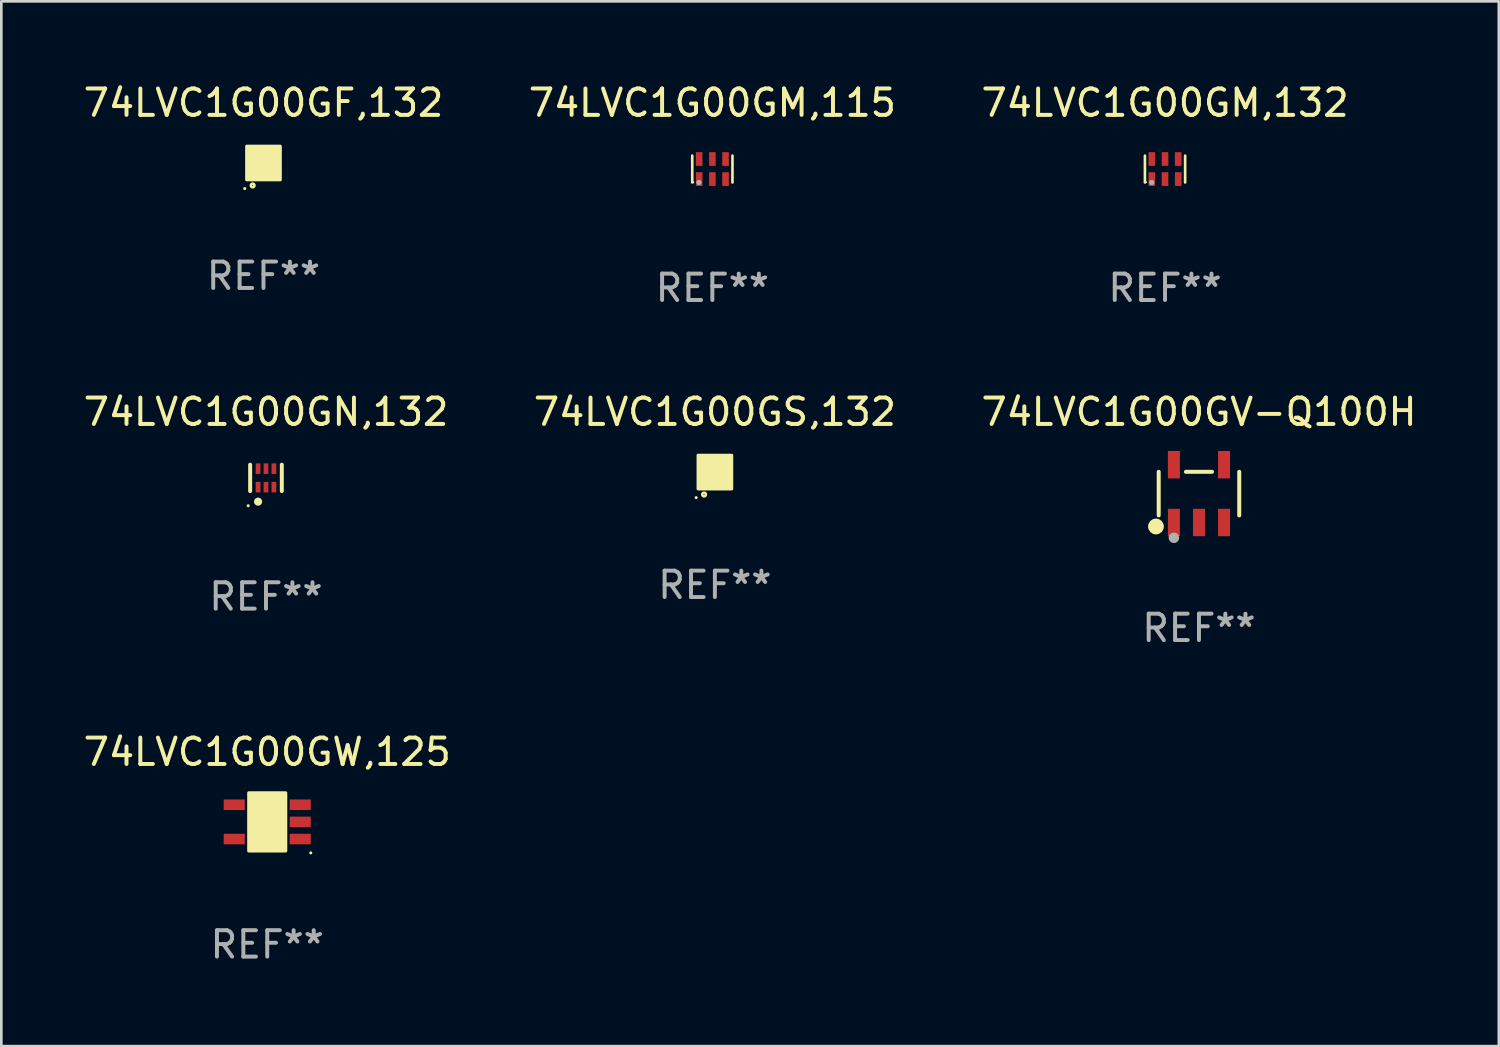
<source format=kicad_pcb>
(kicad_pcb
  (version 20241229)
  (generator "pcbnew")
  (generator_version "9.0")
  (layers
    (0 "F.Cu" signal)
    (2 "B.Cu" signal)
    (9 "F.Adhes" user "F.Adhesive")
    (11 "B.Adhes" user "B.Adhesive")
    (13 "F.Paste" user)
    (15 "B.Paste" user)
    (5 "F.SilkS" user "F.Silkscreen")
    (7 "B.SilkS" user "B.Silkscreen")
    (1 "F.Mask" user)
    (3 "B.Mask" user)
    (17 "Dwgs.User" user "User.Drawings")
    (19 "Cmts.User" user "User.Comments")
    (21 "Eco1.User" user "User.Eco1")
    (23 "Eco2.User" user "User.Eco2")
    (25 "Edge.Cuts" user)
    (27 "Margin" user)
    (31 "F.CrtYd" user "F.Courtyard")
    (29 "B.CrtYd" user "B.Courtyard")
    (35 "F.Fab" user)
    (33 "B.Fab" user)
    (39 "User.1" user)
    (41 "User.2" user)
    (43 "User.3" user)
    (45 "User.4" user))
  (footprint "74LVC1G00GM,132"
    (layer "F.Cu")
    (at 41.101 3.356)
    (property "Reference" "74LVC1G00GM,132" (at 0 -2.508 0) (layer "F.SilkS") (effects (font (size 1 1) (thickness 0.15))))
    (attr through_hole)
    (fp_line (start -0.762 -0.508) (end -0.762 0.508) (stroke (width 0.1) (type solid)) (layer "F.SilkS"))
    (fp_line (start 0.762 -0.508) (end 0.762 0.508) (stroke (width 0.1) (type solid)) (layer "F.SilkS"))
    (fp_circle (center -0.725 0.5) (end -0.705 0.5) (stroke (width 0.04) (type solid)) (fill no) (layer "F.SilkS"))
    (fp_circle (center -0.508 0.508) (end -0.458 0.508) (stroke (width 0.1) (type solid)) (fill no) (layer "F.Fab"))
    (fp_text user "REF**" (at 0 4.508 0) (layer "F.Fab") (effects (font (size 1 1) (thickness 0.15))))
    (pad "1" smd rect (at -0.5 0.38) (size 0.25 0.52) (layers "F.Cu" "F.Mask" "F.Paste"))
    (pad "2" smd rect (at -0.000127 0.38) (size 0.25 0.52) (layers "F.Cu" "F.Mask" "F.Paste"))
    (pad "3" smd rect (at 0.5 0.38) (size 0.25 0.52) (layers "F.Cu" "F.Mask" "F.Paste"))
    (pad "4" smd rect (at 0.5 -0.38 180) (size 0.25 0.52) (layers "F.Cu" "F.Mask" "F.Paste"))
    (pad "5" smd rect (at -0.000127 -0.38 180) (size 0.25 0.52) (layers "F.Cu" "F.Mask" "F.Paste"))
    (pad "6" smd rect (at -0.5 -0.38 180) (size 0.25 0.52) (layers "F.Cu" "F.Mask" "F.Paste")))
  (footprint "74LVC1G00GW,125"
    (layer "F.Cu")
    (at 7.077 28.097)
    (property "Reference" "74LVC1G00GW,125" (at 0 -2.65 0) (layer "F.SilkS") (effects (font (size 1 1) (thickness 0.15))))
    (attr through_hole)
    (fp_arc (start 0.381001 0.637541) (mid 0.380995 0.636271) (end 0.381001 0.635001) (stroke (width 0.24892) (type solid)) (layer "F.SilkS"))
    (fp_circle (center 1.65 1.175) (end 1.68 1.175) (stroke (width 0.06) (type solid)) (fill no) (layer "F.SilkS"))
    (fp_poly (pts (xy -0.7 -1.1) (xy 0.7 -1.1) (xy 0.7 1.1) (xy -0.7 1.1)) (stroke (width 0.12) (type solid)) (fill yes) (layer "F.SilkS"))
    (fp_text user "REF**" (at 0 4.65 0) (layer "F.Fab") (effects (font (size 1 1) (thickness 0.15))))
    (pad "1" smd rect (at 1.25 0.65 270) (size 0.4 0.8) (layers "F.Cu" "F.Mask" "F.Paste"))
    (pad "2" smd rect (at 1.25 0 270) (size 0.4 0.8) (layers "F.Cu" "F.Mask" "F.Paste"))
    (pad "3" smd rect (at 1.25 -0.65 270) (size 0.4 0.8) (layers "F.Cu" "F.Mask" "F.Paste"))
    (pad "4" smd rect (at -1.25 -0.65 270) (size 0.4 0.8) (layers "F.Cu" "F.Mask" "F.Paste"))
    (pad "5" smd rect (at -1.25 0.65 270) (size 0.4 0.8) (layers "F.Cu" "F.Mask" "F.Paste")))
  (footprint "74LVC1G00GS,132"
    (layer "F.Cu")
    (at 24.042 14.841)
    (property "Reference" "74LVC1G00GS,132" (at 0 -2.28 0) (layer "F.SilkS") (effects (font (size 1 1) (thickness 0.15))))
    (attr through_hole)
    (fp_circle (center -0.71 0.968) (end -0.68 0.968) (stroke (width 0.06) (type solid)) (fill no) (layer "F.SilkS"))
    (fp_circle (center -0.41 0.85) (end -0.342 0.85) (stroke (width 0.1) (type solid)) (fill no) (layer "F.SilkS"))
    (fp_poly (pts (xy -0.635 -0.635) (xy 0.635 -0.635) (xy 0.635 0.635) (xy -0.635 0.635)) (stroke (width 0.12) (type solid)) (fill yes) (layer "F.SilkS"))
    (fp_text user "REF**" (at 0 4.28 0) (layer "F.Fab") (effects (font (size 1 1) (thickness 0.15))))
    (pad "1" smd rect (at -0.35 0.28 90) (size 0.35 0.2) (layers "F.Cu" "F.Mask" "F.Paste"))
    (pad "2" smd rect (at 0 0.28 90) (size 0.35 0.2) (layers "F.Cu" "F.Mask" "F.Paste"))
    (pad "3" smd rect (at 0.35 0.28 90) (size 0.35 0.2) (layers "F.Cu" "F.Mask" "F.Paste"))
    (pad "4" smd rect (at 0.35 -0.28 90) (size 0.35 0.2) (layers "F.Cu" "F.Mask" "F.Paste"))
    (pad "5" smd rect (at 0 -0.28 90) (size 0.35 0.2) (layers "F.Cu" "F.Mask" "F.Paste"))
    (pad "6" smd rect (at -0.35 -0.28 90) (size 0.35 0.2) (layers "F.Cu" "F.Mask" "F.Paste")))
  (footprint "74LVC1G00GN,132"
    (layer "F.Cu")
    (at 7.03 15.061)
    (property "Reference" "74LVC1G00GN,132" (at 0 -2.5 0) (layer "F.SilkS") (effects (font (size 1 1) (thickness 0.15))))
    (attr through_hole)
    (fp_line (start -0.6 -0.5) (end -0.6 0.5) (stroke (width 0.15) (type solid)) (layer "F.SilkS"))
    (fp_line (start 0.6 0.5) (end 0.6 -0.5) (stroke (width 0.15) (type solid)) (layer "F.SilkS"))
    (fp_circle (center -0.675 1.055) (end -0.645 1.055) (stroke (width 0.06) (type solid)) (fill no) (layer "F.SilkS"))
    (fp_circle (center -0.3 0.9) (end -0.22 0.9) (stroke (width 0.15) (type solid)) (fill no) (layer "F.SilkS"))
    (fp_text user "REF**" (at 0 4.5 0) (layer "F.Fab") (effects (font (size 1 1) (thickness 0.15))))
    (pad "1" smd rect (at -0.3 0.35) (size 0.18 0.4) (layers "F.Cu" "F.Mask" "F.Paste"))
    (pad "2" smd rect (at 0.000025 0.35) (size 0.18 0.4) (layers "F.Cu" "F.Mask" "F.Paste"))
    (pad "3" smd rect (at 0.3 0.35) (size 0.18 0.4) (layers "F.Cu" "F.Mask" "F.Paste"))
    (pad "4" smd rect (at 0.3 -0.35) (size 0.18 0.4) (layers "F.Cu" "F.Mask" "F.Paste"))
    (pad "5" smd rect (at 0.000025 -0.35) (size 0.18 0.4) (layers "F.Cu" "F.Mask" "F.Paste"))
    (pad "6" smd rect (at -0.3 -0.35) (size 0.18 0.4) (layers "F.Cu" "F.Mask" "F.Paste")))
  (footprint "74LVC1G00GV-Q100H"
    (layer "F.Cu")
    (at 42.387 15.656)
    (property "Reference" "74LVC1G00GV-Q100H" (at 0 -3.095 0) (layer "F.SilkS") (effects (font (size 1 1) (thickness 0.15))))
    (attr through_hole)
    (fp_line (start -1.526 0.826) (end -1.526 -0.826) (stroke (width 0.152) (type solid)) (layer "F.SilkS"))
    (fp_line (start 0.494 -0.826) (end -0.494 -0.826) (stroke (width 0.152) (type solid)) (layer "F.SilkS"))
    (fp_line (start 1.526 0.826) (end 1.526 -0.826) (stroke (width 0.152) (type solid)) (layer "F.SilkS"))
    (fp_circle (center -1.63 1.247) (end -1.48 1.247) (stroke (width 0.3) (type solid)) (fill no) (layer "F.SilkS"))
    (fp_circle (center -1.45 1.375) (end -1.42 1.375) (stroke (width 0.06) (type solid)) (fill no) (layer "F.SilkS"))
    (fp_circle (center -0.95 1.675) (end -0.85 1.675) (stroke (width 0.2) (type solid)) (fill no) (layer "F.Fab"))
    (fp_text user "REF**" (at 0 5.095 0) (layer "F.Fab") (effects (font (size 1 1) (thickness 0.15))))
    (pad "1" smd rect (at -0.95 1.095) (size 0.455 1.04) (layers "F.Cu" "F.Mask" "F.Paste"))
    (pad "2" smd rect (at 0 1.095) (size 0.455 1.04) (layers "F.Cu" "F.Mask" "F.Paste"))
    (pad "3" smd rect (at 0.95 1.095) (size 0.455 1.04) (layers "F.Cu" "F.Mask" "F.Paste"))
    (pad "4" smd rect (at 0.95 -1.095) (size 0.455 1.04) (layers "F.Cu" "F.Mask" "F.Paste"))
    (pad "5" smd rect (at -0.95 -1.095) (size 0.455 1.04) (layers "F.Cu" "F.Mask" "F.Paste")))
  (footprint "74LVC1G00GM,115"
    (layer "F.Cu")
    (at 23.946 3.356)
    (property "Reference" "74LVC1G00GM,115" (at 0 -2.508 0) (layer "F.SilkS") (effects (font (size 1 1) (thickness 0.15))))
    (attr through_hole)
    (fp_line (start -0.762 -0.508) (end -0.762 0.508) (stroke (width 0.1) (type solid)) (layer "F.SilkS"))
    (fp_line (start 0.762 -0.508) (end 0.762 0.508) (stroke (width 0.1) (type solid)) (layer "F.SilkS"))
    (fp_circle (center -0.725 0.5) (end -0.705 0.5) (stroke (width 0.04) (type solid)) (fill no) (layer "F.SilkS"))
    (fp_circle (center -0.508 0.508) (end -0.458 0.508) (stroke (width 0.1) (type solid)) (fill no) (layer "F.Fab"))
    (fp_text user "REF**" (at 0 4.508 0) (layer "F.Fab") (effects (font (size 1 1) (thickness 0.15))))
    (pad "1" smd rect (at -0.5 0.38) (size 0.25 0.52) (layers "F.Cu" "F.Mask" "F.Paste"))
    (pad "2" smd rect (at -0.000127 0.38) (size 0.25 0.52) (layers "F.Cu" "F.Mask" "F.Paste"))
    (pad "3" smd rect (at 0.5 0.38) (size 0.25 0.52) (layers "F.Cu" "F.Mask" "F.Paste"))
    (pad "4" smd rect (at 0.5 -0.38 180) (size 0.25 0.52) (layers "F.Cu" "F.Mask" "F.Paste"))
    (pad "5" smd rect (at -0.000127 -0.38 180) (size 0.25 0.52) (layers "F.Cu" "F.Mask" "F.Paste"))
    (pad "6" smd rect (at -0.5 -0.38 180) (size 0.25 0.52) (layers "F.Cu" "F.Mask" "F.Paste")))
  (footprint "74LVC1G00GF,132"
    (layer "F.Cu")
    (at 6.935 3.128)
    (property "Reference" "74LVC1G00GF,132" (at 0 -2.28 0) (layer "F.SilkS") (effects (font (size 1 1) (thickness 0.15))))
    (attr through_hole)
    (fp_circle (center -0.71 0.968) (end -0.68 0.968) (stroke (width 0.06) (type solid)) (fill no) (layer "F.SilkS"))
    (fp_circle (center -0.41 0.85) (end -0.342 0.85) (stroke (width 0.1) (type solid)) (fill no) (layer "F.SilkS"))
    (fp_poly (pts (xy -0.635 -0.635) (xy 0.635 -0.635) (xy 0.635 0.635) (xy -0.635 0.635)) (stroke (width 0.12) (type solid)) (fill yes) (layer "F.SilkS"))
    (fp_text user "REF**" (at 0 4.28 0) (layer "F.Fab") (effects (font (size 1 1) (thickness 0.15))))
    (pad "1" smd rect (at -0.35 0.28 90) (size 0.35 0.2) (layers "F.Cu" "F.Mask" "F.Paste"))
    (pad "2" smd rect (at 0 0.28 90) (size 0.35 0.2) (layers "F.Cu" "F.Mask" "F.Paste"))
    (pad "3" smd rect (at 0.35 0.28 90) (size 0.35 0.2) (layers "F.Cu" "F.Mask" "F.Paste"))
    (pad "4" smd rect (at 0.35 -0.28 90) (size 0.35 0.2) (layers "F.Cu" "F.Mask" "F.Paste"))
    (pad "5" smd rect (at 0 -0.28 90) (size 0.35 0.2) (layers "F.Cu" "F.Mask" "F.Paste"))
    (pad "6" smd rect (at -0.35 -0.28 90) (size 0.35 0.2) (layers "F.Cu" "F.Mask" "F.Paste")))
  (gr_rect
    (start -3 -3)
    (end 53.75 36.595)
    (stroke (width 0.1) (type default))
    (fill no)
    (layer "Edge.Cuts")))
</source>
